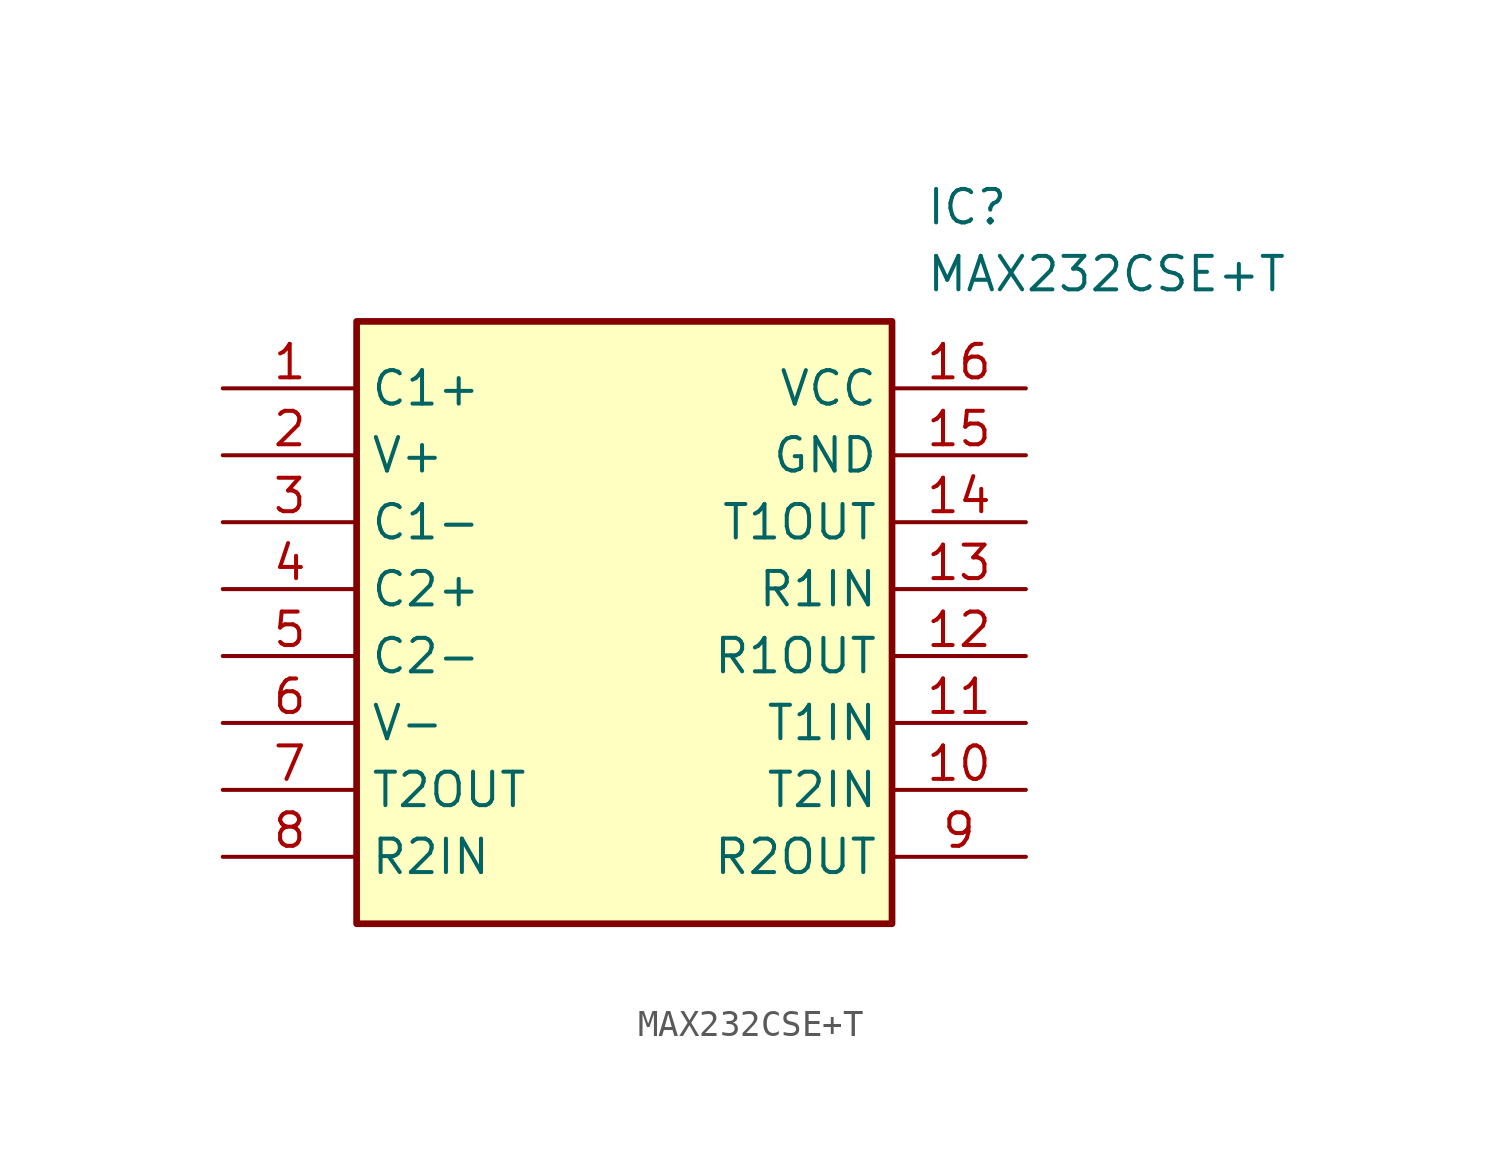
<source format=kicad_sym>
(kicad_symbol_lib
  (version 20211014)
  (generator SamacSys_ECAD_Model)
  (symbol "MAX232CSE+T"
    (property "Reference" "IC"
      (at 26.67 7.62 0)
      (effects (font (size 1.27 1.27)) (justify left top)))
    (property "Value" "MAX232CSE+T"
      (at 26.67 5.08 0)
      (effects (font (size 1.27 1.27)) (justify left top)))
    (rectangle
      (start 5.08 2.54)
      (end 25.4 -20.32)
      (stroke (width 0.254) (type default))
      (fill (type background)))
    (pin passive line
      (at 0 0 0)
      (length 5.08)
      (name "C1+" (effects (font (size 1.27 1.27))))
      (number "1" (effects (font (size 1.27 1.27)))))
    (pin passive line
      (at 0 -2.54 0)
      (length 5.08)
      (name "V+" (effects (font (size 1.27 1.27))))
      (number "2" (effects (font (size 1.27 1.27)))))
    (pin passive line
      (at 0 -5.08 0)
      (length 5.08)
      (name "C1-" (effects (font (size 1.27 1.27))))
      (number "3" (effects (font (size 1.27 1.27)))))
    (pin passive line
      (at 0 -7.62 0)
      (length 5.08)
      (name "C2+" (effects (font (size 1.27 1.27))))
      (number "4" (effects (font (size 1.27 1.27)))))
    (pin passive line
      (at 0 -10.16 0)
      (length 5.08)
      (name "C2-" (effects (font (size 1.27 1.27))))
      (number "5" (effects (font (size 1.27 1.27)))))
    (pin passive line
      (at 0 -12.7 0)
      (length 5.08)
      (name "V-" (effects (font (size 1.27 1.27))))
      (number "6" (effects (font (size 1.27 1.27)))))
    (pin passive line
      (at 0 -15.24 0)
      (length 5.08)
      (name "T2OUT" (effects (font (size 1.27 1.27))))
      (number "7" (effects (font (size 1.27 1.27)))))
    (pin passive line
      (at 0 -17.78 0)
      (length 5.08)
      (name "R2IN" (effects (font (size 1.27 1.27))))
      (number "8" (effects (font (size 1.27 1.27)))))
    (pin passive line
      (at 30.48 0 180)
      (length 5.08)
      (name "VCC" (effects (font (size 1.27 1.27))))
      (number "16" (effects (font (size 1.27 1.27)))))
    (pin passive line
      (at 30.48 -2.54 180)
      (length 5.08)
      (name "GND" (effects (font (size 1.27 1.27))))
      (number "15" (effects (font (size 1.27 1.27)))))
    (pin passive line
      (at 30.48 -5.08 180)
      (length 5.08)
      (name "T1OUT" (effects (font (size 1.27 1.27))))
      (number "14" (effects (font (size 1.27 1.27)))))
    (pin passive line
      (at 30.48 -7.62 180)
      (length 5.08)
      (name "R1IN" (effects (font (size 1.27 1.27))))
      (number "13" (effects (font (size 1.27 1.27)))))
    (pin passive line
      (at 30.48 -10.16 180)
      (length 5.08)
      (name "R1OUT" (effects (font (size 1.27 1.27))))
      (number "12" (effects (font (size 1.27 1.27)))))
    (pin passive line
      (at 30.48 -12.7 180)
      (length 5.08)
      (name "T1IN" (effects (font (size 1.27 1.27))))
      (number "11" (effects (font (size 1.27 1.27)))))
    (pin passive line
      (at 30.48 -15.24 180)
      (length 5.08)
      (name "T2IN" (effects (font (size 1.27 1.27))))
      (number "10" (effects (font (size 1.27 1.27)))))
    (pin passive line
      (at 30.48 -17.78 180)
      (length 5.08)
      (name "R2OUT" (effects (font (size 1.27 1.27))))
      (number "9" (effects (font (size 1.27 1.27)))))))
</source>
